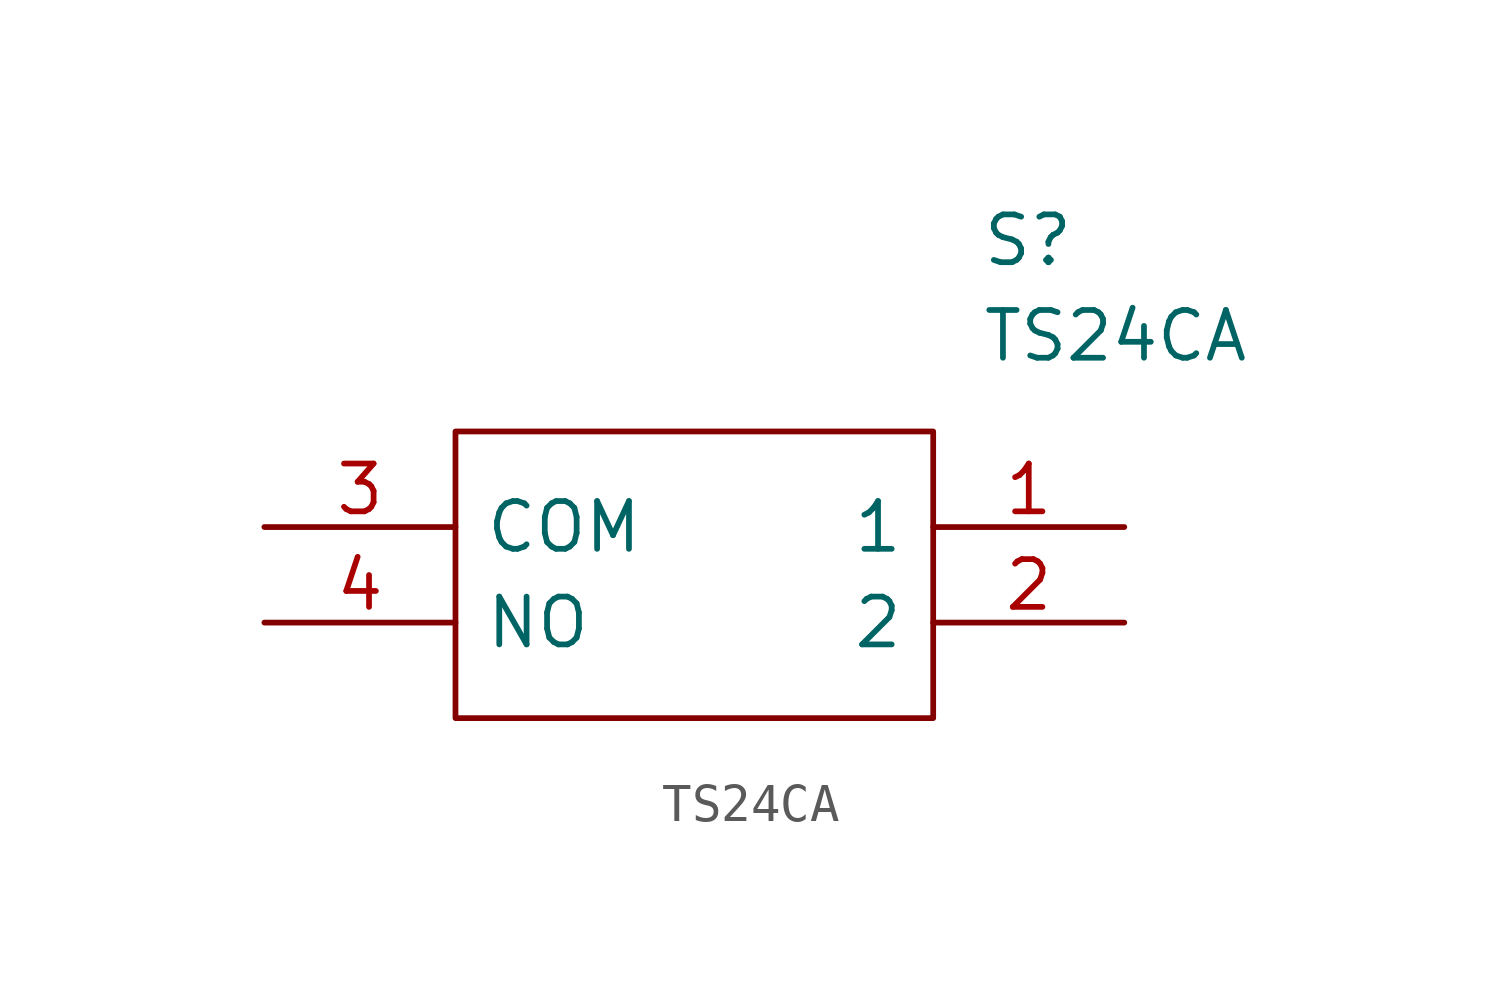
<source format=kicad_sym>
(kicad_symbol_lib
  (version 20211014)
  (generator kicad_symbol_editor)
  (symbol "TS24CA"
    (pin_names
      (offset 0.762))
    (property "Reference" "S"
      (at 19.05 7.62 0)
      (effects (font (size 1.27 1.27)) (justify left)))
    (property "Value" "TS24CA"
      (at 19.05 5.08 0)
      (effects (font (size 1.27 1.27)) (justify left)))
    (symbol "TS24CA_0_0"
      (pin passive line (at 22.86 0 180) (length 5.08) (name "1" (effects (font (size 1.27 1.27)))) (number "1" (effects (font (size 1.27 1.27)))))
      (pin passive line (at 22.86 -2.54 180) (length 5.08) (name "2" (effects (font (size 1.27 1.27)))) (number "2" (effects (font (size 1.27 1.27)))))
      (pin passive line (at 0 0 0) (length 5.08) (name "COM" (effects (font (size 1.27 1.27)))) (number "3" (effects (font (size 1.27 1.27)))))
      (pin passive line (at 0 -2.54 0) (length 5.08) (name "NO" (effects (font (size 1.27 1.27)))) (number "4" (effects (font (size 1.27 1.27))))))
    (symbol "TS24CA_0_1"
      (polyline (pts (xy 5.08 2.54) (xy 17.78 2.54) (xy 17.78 -5.08) (xy 5.08 -5.08) (xy 5.08 2.54)) (stroke (width 0.152) (type default) (color 0 0 0 0)) (fill (type none))))))
</source>
